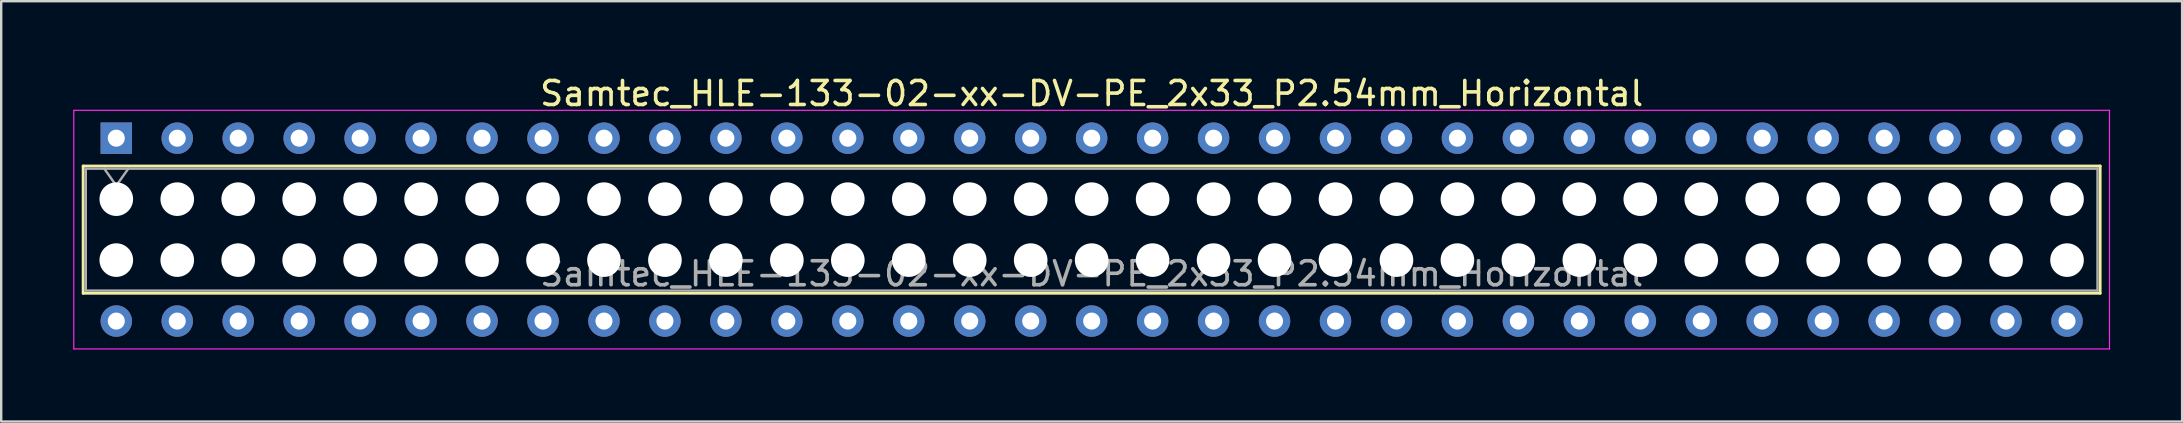
<source format=kicad_pcb>
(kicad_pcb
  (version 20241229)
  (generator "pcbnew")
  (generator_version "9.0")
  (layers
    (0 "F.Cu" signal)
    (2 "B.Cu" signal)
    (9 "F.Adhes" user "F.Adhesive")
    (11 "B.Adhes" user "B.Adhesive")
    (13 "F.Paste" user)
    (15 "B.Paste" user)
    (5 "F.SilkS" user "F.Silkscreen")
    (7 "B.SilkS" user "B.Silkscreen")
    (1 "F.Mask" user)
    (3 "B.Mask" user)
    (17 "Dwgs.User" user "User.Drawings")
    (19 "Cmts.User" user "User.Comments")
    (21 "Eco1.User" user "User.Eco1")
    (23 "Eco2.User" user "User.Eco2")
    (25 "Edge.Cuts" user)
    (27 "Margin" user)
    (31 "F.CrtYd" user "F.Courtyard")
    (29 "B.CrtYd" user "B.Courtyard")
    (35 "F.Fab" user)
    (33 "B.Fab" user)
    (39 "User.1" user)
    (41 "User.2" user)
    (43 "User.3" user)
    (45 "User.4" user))
  (footprint "Samtec_HLE-133-02-xx-DV-PE_2x33_P2.54mm_Horizontal"
    (layer "F.Cu")
    (at 1.795 2.708)
    (property "Reference" "Samtec_HLE-133-02-xx-DV-PE_2x33_P2.54mm_Horizontal" (at 40.64 -1.86 0) (layer "F.SilkS") (effects (font (size 1 1) (thickness 0.15))))
    (attr through_hole)
    (fp_line (start -1.38 1.16) (end 82.66 1.16) (stroke (width 0.12) (type solid)) (layer "F.SilkS"))
    (fp_line (start -1.38 6.46) (end -1.38 1.16) (stroke (width 0.12) (type solid)) (layer "F.SilkS"))
    (fp_line (start 82.66 1.16) (end 82.66 6.46) (stroke (width 0.12) (type solid)) (layer "F.SilkS"))
    (fp_line (start 82.66 6.46) (end -1.38 6.46) (stroke (width 0.12) (type solid)) (layer "F.SilkS"))
    (fp_line (start -1.77 -1.16) (end 83.05 -1.16) (stroke (width 0.05) (type solid)) (layer "F.CrtYd"))
    (fp_line (start -1.77 8.78) (end -1.77 -1.16) (stroke (width 0.05) (type solid)) (layer "F.CrtYd"))
    (fp_line (start 83.05 -1.16) (end 83.05 8.78) (stroke (width 0.05) (type solid)) (layer "F.CrtYd"))
    (fp_line (start 83.05 8.78) (end -1.77 8.78) (stroke (width 0.05) (type solid)) (layer "F.CrtYd"))
    (fp_line (start -1.27 1.27) (end 82.55 1.27) (stroke (width 0.1) (type solid)) (layer "F.Fab"))
    (fp_line (start -1.27 6.35) (end -1.27 1.27) (stroke (width 0.1) (type solid)) (layer "F.Fab"))
    (fp_line (start -0.5 1.27) (end 0 1.977) (stroke (width 0.1) (type solid)) (layer "F.Fab"))
    (fp_line (start 0 1.977) (end 0.5 1.27) (stroke (width 0.1) (type solid)) (layer "F.Fab"))
    (fp_line (start 82.55 1.27) (end 82.55 6.35) (stroke (width 0.1) (type solid)) (layer "F.Fab"))
    (fp_line (start 82.55 6.35) (end -1.27 6.35) (stroke (width 0.1) (type solid)) (layer "F.Fab"))
    (fp_text user "${REFERENCE}" (at 40.64 5.65 0) (layer "F.Fab") (effects (font (size 1 1) (thickness 0.15))))
    (pad "" np_thru_hole circle (at 0 2.54) (size 1.4 1.4) (drill 1.4) (layers "*.Cu" "*.Mask"))
    (pad "" np_thru_hole circle (at 0 5.08) (size 1.4 1.4) (drill 1.4) (layers "*.Cu" "*.Mask"))
    (pad "" np_thru_hole circle (at 2.54 2.54) (size 1.4 1.4) (drill 1.4) (layers "*.Cu" "*.Mask"))
    (pad "" np_thru_hole circle (at 2.54 5.08) (size 1.4 1.4) (drill 1.4) (layers "*.Cu" "*.Mask"))
    (pad "" np_thru_hole circle (at 5.08 2.54) (size 1.4 1.4) (drill 1.4) (layers "*.Cu" "*.Mask"))
    (pad "" np_thru_hole circle (at 5.08 5.08) (size 1.4 1.4) (drill 1.4) (layers "*.Cu" "*.Mask"))
    (pad "" np_thru_hole circle (at 7.62 2.54) (size 1.4 1.4) (drill 1.4) (layers "*.Cu" "*.Mask"))
    (pad "" np_thru_hole circle (at 7.62 5.08) (size 1.4 1.4) (drill 1.4) (layers "*.Cu" "*.Mask"))
    (pad "" np_thru_hole circle (at 10.16 2.54) (size 1.4 1.4) (drill 1.4) (layers "*.Cu" "*.Mask"))
    (pad "" np_thru_hole circle (at 10.16 5.08) (size 1.4 1.4) (drill 1.4) (layers "*.Cu" "*.Mask"))
    (pad "" np_thru_hole circle (at 12.7 2.54) (size 1.4 1.4) (drill 1.4) (layers "*.Cu" "*.Mask"))
    (pad "" np_thru_hole circle (at 12.7 5.08) (size 1.4 1.4) (drill 1.4) (layers "*.Cu" "*.Mask"))
    (pad "" np_thru_hole circle (at 15.24 2.54) (size 1.4 1.4) (drill 1.4) (layers "*.Cu" "*.Mask"))
    (pad "" np_thru_hole circle (at 15.24 5.08) (size 1.4 1.4) (drill 1.4) (layers "*.Cu" "*.Mask"))
    (pad "" np_thru_hole circle (at 17.78 2.54) (size 1.4 1.4) (drill 1.4) (layers "*.Cu" "*.Mask"))
    (pad "" np_thru_hole circle (at 17.78 5.08) (size 1.4 1.4) (drill 1.4) (layers "*.Cu" "*.Mask"))
    (pad "" np_thru_hole circle (at 20.32 2.54) (size 1.4 1.4) (drill 1.4) (layers "*.Cu" "*.Mask"))
    (pad "" np_thru_hole circle (at 20.32 5.08) (size 1.4 1.4) (drill 1.4) (layers "*.Cu" "*.Mask"))
    (pad "" np_thru_hole circle (at 22.86 2.54) (size 1.4 1.4) (drill 1.4) (layers "*.Cu" "*.Mask"))
    (pad "" np_thru_hole circle (at 22.86 5.08) (size 1.4 1.4) (drill 1.4) (layers "*.Cu" "*.Mask"))
    (pad "" np_thru_hole circle (at 25.4 2.54) (size 1.4 1.4) (drill 1.4) (layers "*.Cu" "*.Mask"))
    (pad "" np_thru_hole circle (at 25.4 5.08) (size 1.4 1.4) (drill 1.4) (layers "*.Cu" "*.Mask"))
    (pad "" np_thru_hole circle (at 27.94 2.54) (size 1.4 1.4) (drill 1.4) (layers "*.Cu" "*.Mask"))
    (pad "" np_thru_hole circle (at 27.94 5.08) (size 1.4 1.4) (drill 1.4) (layers "*.Cu" "*.Mask"))
    (pad "" np_thru_hole circle (at 30.48 2.54) (size 1.4 1.4) (drill 1.4) (layers "*.Cu" "*.Mask"))
    (pad "" np_thru_hole circle (at 30.48 5.08) (size 1.4 1.4) (drill 1.4) (layers "*.Cu" "*.Mask"))
    (pad "" np_thru_hole circle (at 33.02 2.54) (size 1.4 1.4) (drill 1.4) (layers "*.Cu" "*.Mask"))
    (pad "" np_thru_hole circle (at 33.02 5.08) (size 1.4 1.4) (drill 1.4) (layers "*.Cu" "*.Mask"))
    (pad "" np_thru_hole circle (at 35.56 2.54) (size 1.4 1.4) (drill 1.4) (layers "*.Cu" "*.Mask"))
    (pad "" np_thru_hole circle (at 35.56 5.08) (size 1.4 1.4) (drill 1.4) (layers "*.Cu" "*.Mask"))
    (pad "" np_thru_hole circle (at 38.1 2.54) (size 1.4 1.4) (drill 1.4) (layers "*.Cu" "*.Mask"))
    (pad "" np_thru_hole circle (at 38.1 5.08) (size 1.4 1.4) (drill 1.4) (layers "*.Cu" "*.Mask"))
    (pad "" np_thru_hole circle (at 40.64 2.54) (size 1.4 1.4) (drill 1.4) (layers "*.Cu" "*.Mask"))
    (pad "" np_thru_hole circle (at 40.64 5.08) (size 1.4 1.4) (drill 1.4) (layers "*.Cu" "*.Mask"))
    (pad "" np_thru_hole circle (at 43.18 2.54) (size 1.4 1.4) (drill 1.4) (layers "*.Cu" "*.Mask"))
    (pad "" np_thru_hole circle (at 43.18 5.08) (size 1.4 1.4) (drill 1.4) (layers "*.Cu" "*.Mask"))
    (pad "" np_thru_hole circle (at 45.72 2.54) (size 1.4 1.4) (drill 1.4) (layers "*.Cu" "*.Mask"))
    (pad "" np_thru_hole circle (at 45.72 5.08) (size 1.4 1.4) (drill 1.4) (layers "*.Cu" "*.Mask"))
    (pad "" np_thru_hole circle (at 48.26 2.54) (size 1.4 1.4) (drill 1.4) (layers "*.Cu" "*.Mask"))
    (pad "" np_thru_hole circle (at 48.26 5.08) (size 1.4 1.4) (drill 1.4) (layers "*.Cu" "*.Mask"))
    (pad "" np_thru_hole circle (at 50.8 2.54) (size 1.4 1.4) (drill 1.4) (layers "*.Cu" "*.Mask"))
    (pad "" np_thru_hole circle (at 50.8 5.08) (size 1.4 1.4) (drill 1.4) (layers "*.Cu" "*.Mask"))
    (pad "" np_thru_hole circle (at 53.34 2.54) (size 1.4 1.4) (drill 1.4) (layers "*.Cu" "*.Mask"))
    (pad "" np_thru_hole circle (at 53.34 5.08) (size 1.4 1.4) (drill 1.4) (layers "*.Cu" "*.Mask"))
    (pad "" np_thru_hole circle (at 55.88 2.54) (size 1.4 1.4) (drill 1.4) (layers "*.Cu" "*.Mask"))
    (pad "" np_thru_hole circle (at 55.88 5.08) (size 1.4 1.4) (drill 1.4) (layers "*.Cu" "*.Mask"))
    (pad "" np_thru_hole circle (at 58.42 2.54) (size 1.4 1.4) (drill 1.4) (layers "*.Cu" "*.Mask"))
    (pad "" np_thru_hole circle (at 58.42 5.08) (size 1.4 1.4) (drill 1.4) (layers "*.Cu" "*.Mask"))
    (pad "" np_thru_hole circle (at 60.96 2.54) (size 1.4 1.4) (drill 1.4) (layers "*.Cu" "*.Mask"))
    (pad "" np_thru_hole circle (at 60.96 5.08) (size 1.4 1.4) (drill 1.4) (layers "*.Cu" "*.Mask"))
    (pad "" np_thru_hole circle (at 63.5 2.54) (size 1.4 1.4) (drill 1.4) (layers "*.Cu" "*.Mask"))
    (pad "" np_thru_hole circle (at 63.5 5.08) (size 1.4 1.4) (drill 1.4) (layers "*.Cu" "*.Mask"))
    (pad "" np_thru_hole circle (at 66.04 2.54) (size 1.4 1.4) (drill 1.4) (layers "*.Cu" "*.Mask"))
    (pad "" np_thru_hole circle (at 66.04 5.08) (size 1.4 1.4) (drill 1.4) (layers "*.Cu" "*.Mask"))
    (pad "" np_thru_hole circle (at 68.58 2.54) (size 1.4 1.4) (drill 1.4) (layers "*.Cu" "*.Mask"))
    (pad "" np_thru_hole circle (at 68.58 5.08) (size 1.4 1.4) (drill 1.4) (layers "*.Cu" "*.Mask"))
    (pad "" np_thru_hole circle (at 71.12 2.54) (size 1.4 1.4) (drill 1.4) (layers "*.Cu" "*.Mask"))
    (pad "" np_thru_hole circle (at 71.12 5.08) (size 1.4 1.4) (drill 1.4) (layers "*.Cu" "*.Mask"))
    (pad "" np_thru_hole circle (at 73.66 2.54) (size 1.4 1.4) (drill 1.4) (layers "*.Cu" "*.Mask"))
    (pad "" np_thru_hole circle (at 73.66 5.08) (size 1.4 1.4) (drill 1.4) (layers "*.Cu" "*.Mask"))
    (pad "" np_thru_hole circle (at 76.2 2.54) (size 1.4 1.4) (drill 1.4) (layers "*.Cu" "*.Mask"))
    (pad "" np_thru_hole circle (at 76.2 5.08) (size 1.4 1.4) (drill 1.4) (layers "*.Cu" "*.Mask"))
    (pad "" np_thru_hole circle (at 78.74 2.54) (size 1.4 1.4) (drill 1.4) (layers "*.Cu" "*.Mask"))
    (pad "" np_thru_hole circle (at 78.74 5.08) (size 1.4 1.4) (drill 1.4) (layers "*.Cu" "*.Mask"))
    (pad "" np_thru_hole circle (at 81.28 2.54) (size 1.4 1.4) (drill 1.4) (layers "*.Cu" "*.Mask"))
    (pad "" np_thru_hole circle (at 81.28 5.08) (size 1.4 1.4) (drill 1.4) (layers "*.Cu" "*.Mask"))
    (pad "1" thru_hole rect (at 0 0) (size 1.31 1.31) (drill 0.71) (layers "*.Cu" "*.Mask"))
    (pad "2" thru_hole circle (at 0 7.62) (size 1.31 1.31) (drill 0.71) (layers "*.Cu" "*.Mask"))
    (pad "3" thru_hole circle (at 2.54 0) (size 1.31 1.31) (drill 0.71) (layers "*.Cu" "*.Mask"))
    (pad "4" thru_hole circle (at 2.54 7.62) (size 1.31 1.31) (drill 0.71) (layers "*.Cu" "*.Mask"))
    (pad "5" thru_hole circle (at 5.08 0) (size 1.31 1.31) (drill 0.71) (layers "*.Cu" "*.Mask"))
    (pad "6" thru_hole circle (at 5.08 7.62) (size 1.31 1.31) (drill 0.71) (layers "*.Cu" "*.Mask"))
    (pad "7" thru_hole circle (at 7.62 0) (size 1.31 1.31) (drill 0.71) (layers "*.Cu" "*.Mask"))
    (pad "8" thru_hole circle (at 7.62 7.62) (size 1.31 1.31) (drill 0.71) (layers "*.Cu" "*.Mask"))
    (pad "9" thru_hole circle (at 10.16 0) (size 1.31 1.31) (drill 0.71) (layers "*.Cu" "*.Mask"))
    (pad "10" thru_hole circle (at 10.16 7.62) (size 1.31 1.31) (drill 0.71) (layers "*.Cu" "*.Mask"))
    (pad "11" thru_hole circle (at 12.7 0) (size 1.31 1.31) (drill 0.71) (layers "*.Cu" "*.Mask"))
    (pad "12" thru_hole circle (at 12.7 7.62) (size 1.31 1.31) (drill 0.71) (layers "*.Cu" "*.Mask"))
    (pad "13" thru_hole circle (at 15.24 0) (size 1.31 1.31) (drill 0.71) (layers "*.Cu" "*.Mask"))
    (pad "14" thru_hole circle (at 15.24 7.62) (size 1.31 1.31) (drill 0.71) (layers "*.Cu" "*.Mask"))
    (pad "15" thru_hole circle (at 17.78 0) (size 1.31 1.31) (drill 0.71) (layers "*.Cu" "*.Mask"))
    (pad "16" thru_hole circle (at 17.78 7.62) (size 1.31 1.31) (drill 0.71) (layers "*.Cu" "*.Mask"))
    (pad "17" thru_hole circle (at 20.32 0) (size 1.31 1.31) (drill 0.71) (layers "*.Cu" "*.Mask"))
    (pad "18" thru_hole circle (at 20.32 7.62) (size 1.31 1.31) (drill 0.71) (layers "*.Cu" "*.Mask"))
    (pad "19" thru_hole circle (at 22.86 0) (size 1.31 1.31) (drill 0.71) (layers "*.Cu" "*.Mask"))
    (pad "20" thru_hole circle (at 22.86 7.62) (size 1.31 1.31) (drill 0.71) (layers "*.Cu" "*.Mask"))
    (pad "21" thru_hole circle (at 25.4 0) (size 1.31 1.31) (drill 0.71) (layers "*.Cu" "*.Mask"))
    (pad "22" thru_hole circle (at 25.4 7.62) (size 1.31 1.31) (drill 0.71) (layers "*.Cu" "*.Mask"))
    (pad "23" thru_hole circle (at 27.94 0) (size 1.31 1.31) (drill 0.71) (layers "*.Cu" "*.Mask"))
    (pad "24" thru_hole circle (at 27.94 7.62) (size 1.31 1.31) (drill 0.71) (layers "*.Cu" "*.Mask"))
    (pad "25" thru_hole circle (at 30.48 0) (size 1.31 1.31) (drill 0.71) (layers "*.Cu" "*.Mask"))
    (pad "26" thru_hole circle (at 30.48 7.62) (size 1.31 1.31) (drill 0.71) (layers "*.Cu" "*.Mask"))
    (pad "27" thru_hole circle (at 33.02 0) (size 1.31 1.31) (drill 0.71) (layers "*.Cu" "*.Mask"))
    (pad "28" thru_hole circle (at 33.02 7.62) (size 1.31 1.31) (drill 0.71) (layers "*.Cu" "*.Mask"))
    (pad "29" thru_hole circle (at 35.56 0) (size 1.31 1.31) (drill 0.71) (layers "*.Cu" "*.Mask"))
    (pad "30" thru_hole circle (at 35.56 7.62) (size 1.31 1.31) (drill 0.71) (layers "*.Cu" "*.Mask"))
    (pad "31" thru_hole circle (at 38.1 0) (size 1.31 1.31) (drill 0.71) (layers "*.Cu" "*.Mask"))
    (pad "32" thru_hole circle (at 38.1 7.62) (size 1.31 1.31) (drill 0.71) (layers "*.Cu" "*.Mask"))
    (pad "33" thru_hole circle (at 40.64 0) (size 1.31 1.31) (drill 0.71) (layers "*.Cu" "*.Mask"))
    (pad "34" thru_hole circle (at 40.64 7.62) (size 1.31 1.31) (drill 0.71) (layers "*.Cu" "*.Mask"))
    (pad "35" thru_hole circle (at 43.18 0) (size 1.31 1.31) (drill 0.71) (layers "*.Cu" "*.Mask"))
    (pad "36" thru_hole circle (at 43.18 7.62) (size 1.31 1.31) (drill 0.71) (layers "*.Cu" "*.Mask"))
    (pad "37" thru_hole circle (at 45.72 0) (size 1.31 1.31) (drill 0.71) (layers "*.Cu" "*.Mask"))
    (pad "38" thru_hole circle (at 45.72 7.62) (size 1.31 1.31) (drill 0.71) (layers "*.Cu" "*.Mask"))
    (pad "39" thru_hole circle (at 48.26 0) (size 1.31 1.31) (drill 0.71) (layers "*.Cu" "*.Mask"))
    (pad "40" thru_hole circle (at 48.26 7.62) (size 1.31 1.31) (drill 0.71) (layers "*.Cu" "*.Mask"))
    (pad "41" thru_hole circle (at 50.8 0) (size 1.31 1.31) (drill 0.71) (layers "*.Cu" "*.Mask"))
    (pad "42" thru_hole circle (at 50.8 7.62) (size 1.31 1.31) (drill 0.71) (layers "*.Cu" "*.Mask"))
    (pad "43" thru_hole circle (at 53.34 0) (size 1.31 1.31) (drill 0.71) (layers "*.Cu" "*.Mask"))
    (pad "44" thru_hole circle (at 53.34 7.62) (size 1.31 1.31) (drill 0.71) (layers "*.Cu" "*.Mask"))
    (pad "45" thru_hole circle (at 55.88 0) (size 1.31 1.31) (drill 0.71) (layers "*.Cu" "*.Mask"))
    (pad "46" thru_hole circle (at 55.88 7.62) (size 1.31 1.31) (drill 0.71) (layers "*.Cu" "*.Mask"))
    (pad "47" thru_hole circle (at 58.42 0) (size 1.31 1.31) (drill 0.71) (layers "*.Cu" "*.Mask"))
    (pad "48" thru_hole circle (at 58.42 7.62) (size 1.31 1.31) (drill 0.71) (layers "*.Cu" "*.Mask"))
    (pad "49" thru_hole circle (at 60.96 0) (size 1.31 1.31) (drill 0.71) (layers "*.Cu" "*.Mask"))
    (pad "50" thru_hole circle (at 60.96 7.62) (size 1.31 1.31) (drill 0.71) (layers "*.Cu" "*.Mask"))
    (pad "51" thru_hole circle (at 63.5 0) (size 1.31 1.31) (drill 0.71) (layers "*.Cu" "*.Mask"))
    (pad "52" thru_hole circle (at 63.5 7.62) (size 1.31 1.31) (drill 0.71) (layers "*.Cu" "*.Mask"))
    (pad "53" thru_hole circle (at 66.04 0) (size 1.31 1.31) (drill 0.71) (layers "*.Cu" "*.Mask"))
    (pad "54" thru_hole circle (at 66.04 7.62) (size 1.31 1.31) (drill 0.71) (layers "*.Cu" "*.Mask"))
    (pad "55" thru_hole circle (at 68.58 0) (size 1.31 1.31) (drill 0.71) (layers "*.Cu" "*.Mask"))
    (pad "56" thru_hole circle (at 68.58 7.62) (size 1.31 1.31) (drill 0.71) (layers "*.Cu" "*.Mask"))
    (pad "57" thru_hole circle (at 71.12 0) (size 1.31 1.31) (drill 0.71) (layers "*.Cu" "*.Mask"))
    (pad "58" thru_hole circle (at 71.12 7.62) (size 1.31 1.31) (drill 0.71) (layers "*.Cu" "*.Mask"))
    (pad "59" thru_hole circle (at 73.66 0) (size 1.31 1.31) (drill 0.71) (layers "*.Cu" "*.Mask"))
    (pad "60" thru_hole circle (at 73.66 7.62) (size 1.31 1.31) (drill 0.71) (layers "*.Cu" "*.Mask"))
    (pad "61" thru_hole circle (at 76.2 0) (size 1.31 1.31) (drill 0.71) (layers "*.Cu" "*.Mask"))
    (pad "62" thru_hole circle (at 76.2 7.62) (size 1.31 1.31) (drill 0.71) (layers "*.Cu" "*.Mask"))
    (pad "63" thru_hole circle (at 78.74 0) (size 1.31 1.31) (drill 0.71) (layers "*.Cu" "*.Mask"))
    (pad "64" thru_hole circle (at 78.74 7.62) (size 1.31 1.31) (drill 0.71) (layers "*.Cu" "*.Mask"))
    (pad "65" thru_hole circle (at 81.28 0) (size 1.31 1.31) (drill 0.71) (layers "*.Cu" "*.Mask"))
    (pad "66" thru_hole circle (at 81.28 7.62) (size 1.31 1.31) (drill 0.71) (layers "*.Cu" "*.Mask")))
  (gr_rect
    (start -3 -3)
    (end 87.87 14.513)
    (stroke (width 0.1) (type default))
    (fill no)
    (layer "Edge.Cuts")))
</source>
